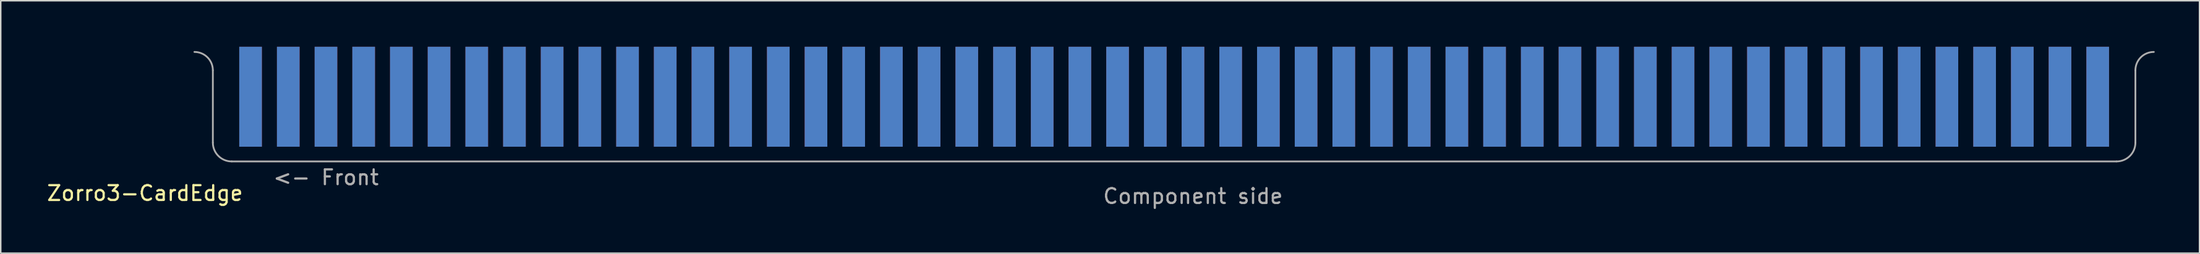
<source format=kicad_pcb>
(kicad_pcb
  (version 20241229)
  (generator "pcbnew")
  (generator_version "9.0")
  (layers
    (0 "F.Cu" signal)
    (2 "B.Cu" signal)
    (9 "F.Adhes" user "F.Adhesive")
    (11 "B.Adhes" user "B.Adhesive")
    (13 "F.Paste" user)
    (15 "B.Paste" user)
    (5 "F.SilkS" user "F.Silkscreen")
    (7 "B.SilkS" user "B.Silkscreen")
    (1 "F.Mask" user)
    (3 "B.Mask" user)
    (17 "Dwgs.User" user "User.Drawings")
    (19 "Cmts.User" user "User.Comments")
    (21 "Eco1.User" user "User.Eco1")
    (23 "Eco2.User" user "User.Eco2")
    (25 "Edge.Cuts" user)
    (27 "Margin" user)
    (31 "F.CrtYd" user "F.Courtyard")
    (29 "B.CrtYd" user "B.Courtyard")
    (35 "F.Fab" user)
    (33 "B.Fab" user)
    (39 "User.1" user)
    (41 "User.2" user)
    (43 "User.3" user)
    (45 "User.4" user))
  (footprint "Zorro3-CardEdge"
    (layer "F.Cu")
    (at 13.832 3.487)
    (property "Reference" "Zorro3-CardEdge" (at -7.112 6.52 180) (layer "F.SilkS") (effects (font (size 1 1) (thickness 0.15))))
    (attr through_hole)
    (fp_poly (pts (xy 128.27 5.453) (xy -3.81 5.453) (xy -3.81 -3.437) (xy 128.27 -3.437)) (stroke (width 0.1) (type solid)) (fill yes) (layer "F.Mask"))
    (fp_poly (pts (xy 128.27 5.453) (xy -3.81 5.453) (xy -3.81 -3.437) (xy 128.27 -3.437)) (stroke (width 0.1) (type solid)) (fill yes) (layer "B.Mask"))
    (fp_line (start -2.54 3.103) (end -2.54 -1.786) (stroke (width 0.12) (type solid)) (layer "F.Fab"))
    (fp_line (start -1.27 4.373) (end 125.73 4.373) (stroke (width 0.12) (type solid)) (layer "F.Fab"))
    (fp_line (start 127 3.103) (end 127 -1.786) (stroke (width 0.12) (type solid)) (layer "F.Fab"))
    (fp_arc (start -3.781 -3.027) (mid -2.90348 -2.66352) (end -2.54 -1.786) (stroke (width 0.12) (type solid)) (layer "F.Fab"))
    (fp_arc (start -1.27 4.373) (mid -2.168026 4.001026) (end -2.54 3.103) (stroke (width 0.12) (type solid)) (layer "F.Fab"))
    (fp_arc (start 127 -1.786) (mid 127.36348 -2.66352) (end 128.241 -3.027) (stroke (width 0.12) (type solid)) (layer "F.Fab"))
    (fp_arc (start 127 3.103) (mid 126.628026 4.001026) (end 125.73 4.373) (stroke (width 0.12) (type solid)) (layer "F.Fab"))
    (fp_text user "Component side" (at 63.5 6.723 0) (layer "F.Fab") (effects (font (size 1 1) (thickness 0.15))))
    (fp_text user "<- Front" (at 5.08 5.453 0) (layer "F.Fab") (effects (font (size 1 1) (thickness 0.15))))
    (pad "1" connect rect (at 124.46 0 180) (size 1.524 6.754) (layers "B.Cu" "B.Mask"))
    (pad "2" connect rect (at 124.46 0 180) (size 1.524 6.754) (layers "F.Cu" "F.Mask"))
    (pad "3" connect rect (at 121.92 0 180) (size 1.524 6.754) (layers "B.Cu" "B.Mask"))
    (pad "4" connect rect (at 121.92 0 180) (size 1.524 6.754) (layers "F.Cu" "F.Mask"))
    (pad "5" connect rect (at 119.38 0 180) (size 1.524 6.754) (layers "B.Cu" "B.Mask"))
    (pad "6" connect rect (at 119.38 0 180) (size 1.524 6.754) (layers "F.Cu" "F.Mask"))
    (pad "7" connect rect (at 116.84 0 180) (size 1.524 6.754) (layers "B.Cu" "B.Mask"))
    (pad "8" connect rect (at 116.84 0 180) (size 1.524 6.754) (layers "F.Cu" "F.Mask"))
    (pad "9" connect rect (at 114.3 0 180) (size 1.524 6.754) (layers "B.Cu" "B.Mask"))
    (pad "10" connect rect (at 114.3 0 180) (size 1.524 6.754) (layers "F.Cu" "F.Mask"))
    (pad "11" connect rect (at 111.76 0 180) (size 1.524 6.754) (layers "B.Cu" "B.Mask"))
    (pad "12" connect rect (at 111.76 0 180) (size 1.524 6.754) (layers "F.Cu" "F.Mask"))
    (pad "13" connect rect (at 109.22 0 180) (size 1.524 6.754) (layers "B.Cu" "B.Mask"))
    (pad "14" connect rect (at 109.22 0 180) (size 1.524 6.754) (layers "F.Cu" "F.Mask"))
    (pad "15" connect rect (at 106.68 0 180) (size 1.524 6.754) (layers "B.Cu" "B.Mask"))
    (pad "16" connect rect (at 106.68 0 180) (size 1.524 6.754) (layers "F.Cu" "F.Mask"))
    (pad "17" connect rect (at 104.14 0 180) (size 1.524 6.754) (layers "B.Cu" "B.Mask"))
    (pad "18" connect rect (at 104.14 0 180) (size 1.524 6.754) (layers "F.Cu" "F.Mask"))
    (pad "19" connect rect (at 101.6 0 180) (size 1.524 6.754) (layers "B.Cu" "B.Mask"))
    (pad "20" connect rect (at 101.6 0 180) (size 1.524 6.754) (layers "F.Cu" "F.Mask"))
    (pad "21" connect rect (at 99.06 0 180) (size 1.524 6.754) (layers "B.Cu" "B.Mask"))
    (pad "22" connect rect (at 99.06 0 180) (size 1.524 6.754) (layers "F.Cu" "F.Mask"))
    (pad "23" connect rect (at 96.52 0 180) (size 1.524 6.754) (layers "B.Cu" "B.Mask"))
    (pad "24" connect rect (at 96.52 0 180) (size 1.524 6.754) (layers "F.Cu" "F.Mask"))
    (pad "25" connect rect (at 93.98 0 180) (size 1.524 6.754) (layers "B.Cu" "B.Mask"))
    (pad "26" connect rect (at 93.98 0 180) (size 1.524 6.754) (layers "F.Cu" "F.Mask"))
    (pad "27" connect rect (at 91.44 0 180) (size 1.524 6.754) (layers "B.Cu" "B.Mask"))
    (pad "28" connect rect (at 91.44 0 180) (size 1.524 6.754) (layers "F.Cu" "F.Mask"))
    (pad "29" connect rect (at 88.9 0 180) (size 1.524 6.754) (layers "B.Cu" "B.Mask"))
    (pad "30" connect rect (at 88.9 0 180) (size 1.524 6.754) (layers "F.Cu" "F.Mask"))
    (pad "31" connect rect (at 86.36 0 180) (size 1.524 6.754) (layers "B.Cu" "B.Mask"))
    (pad "32" connect rect (at 86.36 0 180) (size 1.524 6.754) (layers "F.Cu" "F.Mask"))
    (pad "33" connect rect (at 83.82 0 180) (size 1.524 6.754) (layers "B.Cu" "B.Mask"))
    (pad "34" connect rect (at 83.82 0 180) (size 1.524 6.754) (layers "F.Cu" "F.Mask"))
    (pad "35" connect rect (at 81.28 0 180) (size 1.524 6.754) (layers "B.Cu" "B.Mask"))
    (pad "36" connect rect (at 81.28 0 180) (size 1.524 6.754) (layers "F.Cu" "F.Mask"))
    (pad "37" connect rect (at 78.74 0 180) (size 1.524 6.754) (layers "B.Cu" "B.Mask"))
    (pad "38" connect rect (at 78.74 0 180) (size 1.524 6.754) (layers "F.Cu" "F.Mask"))
    (pad "39" connect rect (at 76.2 0 180) (size 1.524 6.754) (layers "B.Cu" "B.Mask"))
    (pad "40" connect rect (at 76.2 0 180) (size 1.524 6.754) (layers "F.Cu" "F.Mask"))
    (pad "41" connect rect (at 73.66 0 180) (size 1.524 6.754) (layers "B.Cu" "B.Mask"))
    (pad "42" connect rect (at 73.66 0 180) (size 1.524 6.754) (layers "F.Cu" "F.Mask"))
    (pad "43" connect rect (at 71.12 0 180) (size 1.524 6.754) (layers "B.Cu" "B.Mask"))
    (pad "44" connect rect (at 71.12 0 180) (size 1.524 6.754) (layers "F.Cu" "F.Mask"))
    (pad "45" connect rect (at 68.58 0 180) (size 1.524 6.754) (layers "B.Cu" "B.Mask"))
    (pad "46" connect rect (at 68.58 0 180) (size 1.524 6.754) (layers "F.Cu" "F.Mask"))
    (pad "47" connect rect (at 66.04 0 180) (size 1.524 6.754) (layers "B.Cu" "B.Mask"))
    (pad "48" connect rect (at 66.04 0 180) (size 1.524 6.754) (layers "F.Cu" "F.Mask"))
    (pad "49" connect rect (at 63.5 0 180) (size 1.524 6.754) (layers "B.Cu" "B.Mask"))
    (pad "50" connect rect (at 63.5 0 180) (size 1.524 6.754) (layers "F.Cu" "F.Mask"))
    (pad "51" connect rect (at 60.96 0 180) (size 1.524 6.754) (layers "B.Cu" "B.Mask"))
    (pad "52" connect rect (at 60.96 0 180) (size 1.524 6.754) (layers "F.Cu" "F.Mask"))
    (pad "53" connect rect (at 58.42 0 180) (size 1.524 6.754) (layers "B.Cu" "B.Mask"))
    (pad "54" connect rect (at 58.42 0 180) (size 1.524 6.754) (layers "F.Cu" "F.Mask"))
    (pad "55" connect rect (at 55.88 0 180) (size 1.524 6.754) (layers "B.Cu" "B.Mask"))
    (pad "56" connect rect (at 55.88 0 180) (size 1.524 6.754) (layers "F.Cu" "F.Mask"))
    (pad "57" connect rect (at 53.34 0 180) (size 1.524 6.754) (layers "B.Cu" "B.Mask"))
    (pad "58" connect rect (at 53.34 0 180) (size 1.524 6.754) (layers "F.Cu" "F.Mask"))
    (pad "59" connect rect (at 50.8 0 180) (size 1.524 6.754) (layers "B.Cu" "B.Mask"))
    (pad "60" connect rect (at 50.8 0 180) (size 1.524 6.754) (layers "F.Cu" "F.Mask"))
    (pad "61" connect rect (at 48.26 0 180) (size 1.524 6.754) (layers "B.Cu" "B.Mask"))
    (pad "62" connect rect (at 48.26 0 180) (size 1.524 6.754) (layers "F.Cu" "F.Mask"))
    (pad "63" connect rect (at 45.72 0 180) (size 1.524 6.754) (layers "B.Cu" "B.Mask"))
    (pad "64" connect rect (at 45.72 0 180) (size 1.524 6.754) (layers "F.Cu" "F.Mask"))
    (pad "65" connect rect (at 43.18 0 180) (size 1.524 6.754) (layers "B.Cu" "B.Mask"))
    (pad "66" connect rect (at 43.18 0 180) (size 1.524 6.754) (layers "F.Cu" "F.Mask"))
    (pad "67" connect rect (at 40.64 0 180) (size 1.524 6.754) (layers "B.Cu" "B.Mask"))
    (pad "68" connect rect (at 40.64 0 180) (size 1.524 6.754) (layers "F.Cu" "F.Mask"))
    (pad "69" connect rect (at 38.1 0 180) (size 1.524 6.754) (layers "B.Cu" "B.Mask"))
    (pad "70" connect rect (at 38.1 0 180) (size 1.524 6.754) (layers "F.Cu" "F.Mask"))
    (pad "71" connect rect (at 35.56 0 180) (size 1.524 6.754) (layers "B.Cu" "B.Mask"))
    (pad "72" connect rect (at 35.56 0 180) (size 1.524 6.754) (layers "F.Cu" "F.Mask"))
    (pad "73" connect rect (at 33.02 0 180) (size 1.524 6.754) (layers "B.Cu" "B.Mask"))
    (pad "74" connect rect (at 33.02 0 180) (size 1.524 6.754) (layers "F.Cu" "F.Mask"))
    (pad "75" connect rect (at 30.48 0 180) (size 1.524 6.754) (layers "B.Cu" "B.Mask"))
    (pad "76" connect rect (at 30.48 0 180) (size 1.524 6.754) (layers "F.Cu" "F.Mask"))
    (pad "77" connect rect (at 27.94 0 180) (size 1.524 6.754) (layers "B.Cu" "B.Mask"))
    (pad "78" connect rect (at 27.94 0 180) (size 1.524 6.754) (layers "F.Cu" "F.Mask"))
    (pad "79" connect rect (at 25.4 0 180) (size 1.524 6.754) (layers "B.Cu" "B.Mask"))
    (pad "80" connect rect (at 25.4 0 180) (size 1.524 6.754) (layers "F.Cu" "F.Mask"))
    (pad "81" connect rect (at 22.86 0 180) (size 1.524 6.754) (layers "B.Cu" "B.Mask"))
    (pad "82" connect rect (at 22.86 0 180) (size 1.524 6.754) (layers "F.Cu" "F.Mask"))
    (pad "83" connect rect (at 20.32 0 180) (size 1.524 6.754) (layers "B.Cu" "B.Mask"))
    (pad "84" connect rect (at 20.32 0 180) (size 1.524 6.754) (layers "F.Cu" "F.Mask"))
    (pad "85" connect rect (at 17.78 0 180) (size 1.524 6.754) (layers "B.Cu" "B.Mask"))
    (pad "86" connect rect (at 17.78 0 180) (size 1.524 6.754) (layers "F.Cu" "F.Mask"))
    (pad "87" connect rect (at 15.24 0 180) (size 1.524 6.754) (layers "B.Cu" "B.Mask"))
    (pad "88" connect rect (at 15.24 0 180) (size 1.524 6.754) (layers "F.Cu" "F.Mask"))
    (pad "89" connect rect (at 12.7 0 180) (size 1.524 6.754) (layers "B.Cu" "B.Mask"))
    (pad "90" connect rect (at 12.7 0 180) (size 1.524 6.754) (layers "F.Cu" "F.Mask"))
    (pad "91" connect rect (at 10.16 0 180) (size 1.524 6.754) (layers "B.Cu" "B.Mask"))
    (pad "92" connect rect (at 10.16 0 180) (size 1.524 6.754) (layers "F.Cu" "F.Mask"))
    (pad "93" connect rect (at 7.62 0 180) (size 1.524 6.754) (layers "B.Cu" "B.Mask"))
    (pad "94" connect rect (at 7.62 0 180) (size 1.524 6.754) (layers "F.Cu" "F.Mask"))
    (pad "95" connect rect (at 5.08 0 180) (size 1.524 6.754) (layers "B.Cu" "B.Mask"))
    (pad "96" connect rect (at 5.08 0 180) (size 1.524 6.754) (layers "F.Cu" "F.Mask"))
    (pad "97" connect rect (at 2.54 0 180) (size 1.524 6.754) (layers "B.Cu" "B.Mask"))
    (pad "98" connect rect (at 2.54 0 180) (size 1.524 6.754) (layers "F.Cu" "F.Mask"))
    (pad "99" connect rect (at 0 0 180) (size 1.524 6.754) (layers "B.Cu" "B.Mask"))
    (pad "100" connect rect (at 0 0 180) (size 1.524 6.754) (layers "F.Cu" "F.Mask")))
  (gr_rect
    (start -3 -3)
    (end 145.152 14.058)
    (stroke (width 0.1) (type default))
    (fill no)
    (layer "Edge.Cuts")))
</source>
